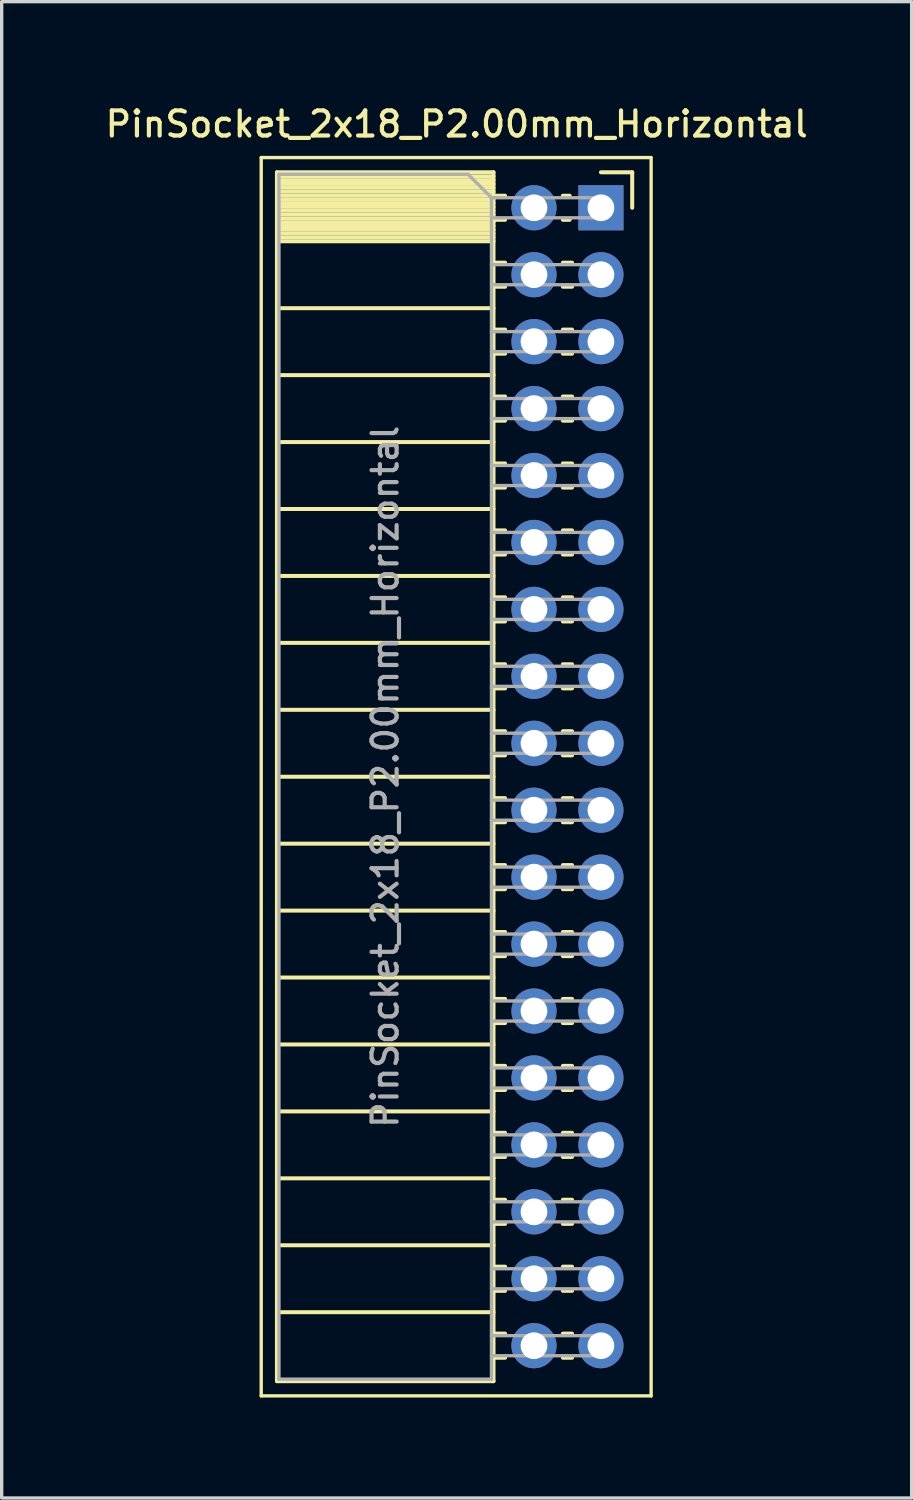
<source format=kicad_pcb>
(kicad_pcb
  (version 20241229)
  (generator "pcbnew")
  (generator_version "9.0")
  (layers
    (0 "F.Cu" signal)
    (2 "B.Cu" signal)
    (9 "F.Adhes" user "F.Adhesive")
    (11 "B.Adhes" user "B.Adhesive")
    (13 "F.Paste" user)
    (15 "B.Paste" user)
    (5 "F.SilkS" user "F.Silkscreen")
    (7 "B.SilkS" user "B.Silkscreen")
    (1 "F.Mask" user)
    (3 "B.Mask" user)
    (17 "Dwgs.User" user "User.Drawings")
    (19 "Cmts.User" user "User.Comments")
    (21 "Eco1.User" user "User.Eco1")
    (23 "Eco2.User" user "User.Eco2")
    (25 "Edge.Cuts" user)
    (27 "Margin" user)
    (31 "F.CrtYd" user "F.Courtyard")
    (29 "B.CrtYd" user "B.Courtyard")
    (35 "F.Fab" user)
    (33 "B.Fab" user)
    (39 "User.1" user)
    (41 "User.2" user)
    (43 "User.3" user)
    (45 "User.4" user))
  (footprint "PinSocket_2x18_P2.00mm_Horizontal"
    (layer "F.Cu")
    (at 14.905 3.158)
    (property "Reference" "PinSocket_2x18_P2.00mm_Horizontal" (at -4.31 -2.5 0) (layer "F.SilkS") (effects (font (size 0.75 0.75) (thickness 0.125))))
    (attr through_hole)
    (fp_line (start -10.15 -1.5) (end -10.15 35.5) (stroke (width 0.1) (type solid)) (layer "F.SilkS"))
    (fp_line (start -10.15 35.5) (end 1.5 35.5) (stroke (width 0.1) (type solid)) (layer "F.SilkS"))
    (fp_line (start -9.68 -1.06) (end -9.68 35.06) (stroke (width 0.12) (type solid)) (layer "F.SilkS"))
    (fp_line (start -9.68 -1.06) (end -3.21 -1.06) (stroke (width 0.12) (type solid)) (layer "F.SilkS"))
    (fp_line (start -9.68 -0.94) (end -3.21 -0.94) (stroke (width 0.12) (type solid)) (layer "F.SilkS"))
    (fp_line (start -9.68 -0.826) (end -3.21 -0.826) (stroke (width 0.12) (type solid)) (layer "F.SilkS"))
    (fp_line (start -9.68 -0.712) (end -3.21 -0.712) (stroke (width 0.12) (type solid)) (layer "F.SilkS"))
    (fp_line (start -9.68 -0.598) (end -3.21 -0.598) (stroke (width 0.12) (type solid)) (layer "F.SilkS"))
    (fp_line (start -9.68 -0.484) (end -3.21 -0.484) (stroke (width 0.12) (type solid)) (layer "F.SilkS"))
    (fp_line (start -9.68 -0.369) (end -3.21 -0.369) (stroke (width 0.12) (type solid)) (layer "F.SilkS"))
    (fp_line (start -9.68 -0.255) (end -3.21 -0.255) (stroke (width 0.12) (type solid)) (layer "F.SilkS"))
    (fp_line (start -9.68 -0.141) (end -3.21 -0.141) (stroke (width 0.12) (type solid)) (layer "F.SilkS"))
    (fp_line (start -9.68 -0.027) (end -3.21 -0.027) (stroke (width 0.12) (type solid)) (layer "F.SilkS"))
    (fp_line (start -9.68 0.087) (end -3.21 0.087) (stroke (width 0.12) (type solid)) (layer "F.SilkS"))
    (fp_line (start -9.68 0.201) (end -3.21 0.201) (stroke (width 0.12) (type solid)) (layer "F.SilkS"))
    (fp_line (start -9.68 0.315) (end -3.21 0.315) (stroke (width 0.12) (type solid)) (layer "F.SilkS"))
    (fp_line (start -9.68 0.429) (end -3.21 0.429) (stroke (width 0.12) (type solid)) (layer "F.SilkS"))
    (fp_line (start -9.68 0.544) (end -3.21 0.544) (stroke (width 0.12) (type solid)) (layer "F.SilkS"))
    (fp_line (start -9.68 0.658) (end -3.21 0.658) (stroke (width 0.12) (type solid)) (layer "F.SilkS"))
    (fp_line (start -9.68 0.772) (end -3.21 0.772) (stroke (width 0.12) (type solid)) (layer "F.SilkS"))
    (fp_line (start -9.68 0.886) (end -3.21 0.886) (stroke (width 0.12) (type solid)) (layer "F.SilkS"))
    (fp_line (start -9.68 1) (end -3.21 1) (stroke (width 0.12) (type solid)) (layer "F.SilkS"))
    (fp_line (start -9.68 3) (end -3.21 3) (stroke (width 0.12) (type solid)) (layer "F.SilkS"))
    (fp_line (start -9.68 5) (end -3.21 5) (stroke (width 0.12) (type solid)) (layer "F.SilkS"))
    (fp_line (start -9.68 7) (end -3.21 7) (stroke (width 0.12) (type solid)) (layer "F.SilkS"))
    (fp_line (start -9.68 9) (end -3.21 9) (stroke (width 0.12) (type solid)) (layer "F.SilkS"))
    (fp_line (start -9.68 11) (end -3.21 11) (stroke (width 0.12) (type solid)) (layer "F.SilkS"))
    (fp_line (start -9.68 13) (end -3.21 13) (stroke (width 0.12) (type solid)) (layer "F.SilkS"))
    (fp_line (start -9.68 15) (end -3.21 15) (stroke (width 0.12) (type solid)) (layer "F.SilkS"))
    (fp_line (start -9.68 17) (end -3.21 17) (stroke (width 0.12) (type solid)) (layer "F.SilkS"))
    (fp_line (start -9.68 19) (end -3.21 19) (stroke (width 0.12) (type solid)) (layer "F.SilkS"))
    (fp_line (start -9.68 21) (end -3.21 21) (stroke (width 0.12) (type solid)) (layer "F.SilkS"))
    (fp_line (start -9.68 23) (end -3.21 23) (stroke (width 0.12) (type solid)) (layer "F.SilkS"))
    (fp_line (start -9.68 25) (end -3.21 25) (stroke (width 0.12) (type solid)) (layer "F.SilkS"))
    (fp_line (start -9.68 27) (end -3.21 27) (stroke (width 0.12) (type solid)) (layer "F.SilkS"))
    (fp_line (start -9.68 29) (end -3.21 29) (stroke (width 0.12) (type solid)) (layer "F.SilkS"))
    (fp_line (start -9.68 31) (end -3.21 31) (stroke (width 0.12) (type solid)) (layer "F.SilkS"))
    (fp_line (start -9.68 33) (end -3.21 33) (stroke (width 0.12) (type solid)) (layer "F.SilkS"))
    (fp_line (start -9.68 35.06) (end -3.21 35.06) (stroke (width 0.12) (type solid)) (layer "F.SilkS"))
    (fp_line (start -3.21 -1.06) (end -3.21 35.06) (stroke (width 0.12) (type solid)) (layer "F.SilkS"))
    (fp_line (start -3.21 -0.36) (end -2.863 -0.36) (stroke (width 0.12) (type solid)) (layer "F.SilkS"))
    (fp_line (start -3.21 0.36) (end -2.863 0.36) (stroke (width 0.12) (type solid)) (layer "F.SilkS"))
    (fp_line (start -3.21 1.64) (end -2.863 1.64) (stroke (width 0.12) (type solid)) (layer "F.SilkS"))
    (fp_line (start -3.21 2.36) (end -2.863 2.36) (stroke (width 0.12) (type solid)) (layer "F.SilkS"))
    (fp_line (start -3.21 3.64) (end -2.863 3.64) (stroke (width 0.12) (type solid)) (layer "F.SilkS"))
    (fp_line (start -3.21 4.36) (end -2.863 4.36) (stroke (width 0.12) (type solid)) (layer "F.SilkS"))
    (fp_line (start -3.21 5.64) (end -2.863 5.64) (stroke (width 0.12) (type solid)) (layer "F.SilkS"))
    (fp_line (start -3.21 6.36) (end -2.863 6.36) (stroke (width 0.12) (type solid)) (layer "F.SilkS"))
    (fp_line (start -3.21 7.64) (end -2.863 7.64) (stroke (width 0.12) (type solid)) (layer "F.SilkS"))
    (fp_line (start -3.21 8.36) (end -2.863 8.36) (stroke (width 0.12) (type solid)) (layer "F.SilkS"))
    (fp_line (start -3.21 9.64) (end -2.863 9.64) (stroke (width 0.12) (type solid)) (layer "F.SilkS"))
    (fp_line (start -3.21 10.36) (end -2.863 10.36) (stroke (width 0.12) (type solid)) (layer "F.SilkS"))
    (fp_line (start -3.21 11.64) (end -2.863 11.64) (stroke (width 0.12) (type solid)) (layer "F.SilkS"))
    (fp_line (start -3.21 12.36) (end -2.863 12.36) (stroke (width 0.12) (type solid)) (layer "F.SilkS"))
    (fp_line (start -3.21 13.64) (end -2.863 13.64) (stroke (width 0.12) (type solid)) (layer "F.SilkS"))
    (fp_line (start -3.21 14.36) (end -2.863 14.36) (stroke (width 0.12) (type solid)) (layer "F.SilkS"))
    (fp_line (start -3.21 15.64) (end -2.863 15.64) (stroke (width 0.12) (type solid)) (layer "F.SilkS"))
    (fp_line (start -3.21 16.36) (end -2.863 16.36) (stroke (width 0.12) (type solid)) (layer "F.SilkS"))
    (fp_line (start -3.21 17.64) (end -2.863 17.64) (stroke (width 0.12) (type solid)) (layer "F.SilkS"))
    (fp_line (start -3.21 18.36) (end -2.863 18.36) (stroke (width 0.12) (type solid)) (layer "F.SilkS"))
    (fp_line (start -3.21 19.64) (end -2.863 19.64) (stroke (width 0.12) (type solid)) (layer "F.SilkS"))
    (fp_line (start -3.21 20.36) (end -2.863 20.36) (stroke (width 0.12) (type solid)) (layer "F.SilkS"))
    (fp_line (start -3.21 21.64) (end -2.863 21.64) (stroke (width 0.12) (type solid)) (layer "F.SilkS"))
    (fp_line (start -3.21 22.36) (end -2.863 22.36) (stroke (width 0.12) (type solid)) (layer "F.SilkS"))
    (fp_line (start -3.21 23.64) (end -2.863 23.64) (stroke (width 0.12) (type solid)) (layer "F.SilkS"))
    (fp_line (start -3.21 24.36) (end -2.863 24.36) (stroke (width 0.12) (type solid)) (layer "F.SilkS"))
    (fp_line (start -3.21 25.64) (end -2.863 25.64) (stroke (width 0.12) (type solid)) (layer "F.SilkS"))
    (fp_line (start -3.21 26.36) (end -2.863 26.36) (stroke (width 0.12) (type solid)) (layer "F.SilkS"))
    (fp_line (start -3.21 27.64) (end -2.863 27.64) (stroke (width 0.12) (type solid)) (layer "F.SilkS"))
    (fp_line (start -3.21 28.36) (end -2.863 28.36) (stroke (width 0.12) (type solid)) (layer "F.SilkS"))
    (fp_line (start -3.21 29.64) (end -2.863 29.64) (stroke (width 0.12) (type solid)) (layer "F.SilkS"))
    (fp_line (start -3.21 30.36) (end -2.863 30.36) (stroke (width 0.12) (type solid)) (layer "F.SilkS"))
    (fp_line (start -3.21 31.64) (end -2.863 31.64) (stroke (width 0.12) (type solid)) (layer "F.SilkS"))
    (fp_line (start -3.21 32.36) (end -2.863 32.36) (stroke (width 0.12) (type solid)) (layer "F.SilkS"))
    (fp_line (start -3.21 33.64) (end -2.863 33.64) (stroke (width 0.12) (type solid)) (layer "F.SilkS"))
    (fp_line (start -3.21 34.36) (end -2.863 34.36) (stroke (width 0.12) (type solid)) (layer "F.SilkS"))
    (fp_line (start -1.137 -0.36) (end -0.935 -0.36) (stroke (width 0.12) (type solid)) (layer "F.SilkS"))
    (fp_line (start -1.137 0.36) (end -0.935 0.36) (stroke (width 0.12) (type solid)) (layer "F.SilkS"))
    (fp_line (start -1.137 1.64) (end -0.863 1.64) (stroke (width 0.12) (type solid)) (layer "F.SilkS"))
    (fp_line (start -1.137 2.36) (end -0.863 2.36) (stroke (width 0.12) (type solid)) (layer "F.SilkS"))
    (fp_line (start -1.137 3.64) (end -0.863 3.64) (stroke (width 0.12) (type solid)) (layer "F.SilkS"))
    (fp_line (start -1.137 4.36) (end -0.863 4.36) (stroke (width 0.12) (type solid)) (layer "F.SilkS"))
    (fp_line (start -1.137 5.64) (end -0.863 5.64) (stroke (width 0.12) (type solid)) (layer "F.SilkS"))
    (fp_line (start -1.137 6.36) (end -0.863 6.36) (stroke (width 0.12) (type solid)) (layer "F.SilkS"))
    (fp_line (start -1.137 7.64) (end -0.863 7.64) (stroke (width 0.12) (type solid)) (layer "F.SilkS"))
    (fp_line (start -1.137 8.36) (end -0.863 8.36) (stroke (width 0.12) (type solid)) (layer "F.SilkS"))
    (fp_line (start -1.137 9.64) (end -0.863 9.64) (stroke (width 0.12) (type solid)) (layer "F.SilkS"))
    (fp_line (start -1.137 10.36) (end -0.863 10.36) (stroke (width 0.12) (type solid)) (layer "F.SilkS"))
    (fp_line (start -1.137 11.64) (end -0.863 11.64) (stroke (width 0.12) (type solid)) (layer "F.SilkS"))
    (fp_line (start -1.137 12.36) (end -0.863 12.36) (stroke (width 0.12) (type solid)) (layer "F.SilkS"))
    (fp_line (start -1.137 13.64) (end -0.863 13.64) (stroke (width 0.12) (type solid)) (layer "F.SilkS"))
    (fp_line (start -1.137 14.36) (end -0.863 14.36) (stroke (width 0.12) (type solid)) (layer "F.SilkS"))
    (fp_line (start -1.137 15.64) (end -0.863 15.64) (stroke (width 0.12) (type solid)) (layer "F.SilkS"))
    (fp_line (start -1.137 16.36) (end -0.863 16.36) (stroke (width 0.12) (type solid)) (layer "F.SilkS"))
    (fp_line (start -1.137 17.64) (end -0.863 17.64) (stroke (width 0.12) (type solid)) (layer "F.SilkS"))
    (fp_line (start -1.137 18.36) (end -0.863 18.36) (stroke (width 0.12) (type solid)) (layer "F.SilkS"))
    (fp_line (start -1.137 19.64) (end -0.863 19.64) (stroke (width 0.12) (type solid)) (layer "F.SilkS"))
    (fp_line (start -1.137 20.36) (end -0.863 20.36) (stroke (width 0.12) (type solid)) (layer "F.SilkS"))
    (fp_line (start -1.137 21.64) (end -0.863 21.64) (stroke (width 0.12) (type solid)) (layer "F.SilkS"))
    (fp_line (start -1.137 22.36) (end -0.863 22.36) (stroke (width 0.12) (type solid)) (layer "F.SilkS"))
    (fp_line (start -1.137 23.64) (end -0.863 23.64) (stroke (width 0.12) (type solid)) (layer "F.SilkS"))
    (fp_line (start -1.137 24.36) (end -0.863 24.36) (stroke (width 0.12) (type solid)) (layer "F.SilkS"))
    (fp_line (start -1.137 25.64) (end -0.863 25.64) (stroke (width 0.12) (type solid)) (layer "F.SilkS"))
    (fp_line (start -1.137 26.36) (end -0.863 26.36) (stroke (width 0.12) (type solid)) (layer "F.SilkS"))
    (fp_line (start -1.137 27.64) (end -0.863 27.64) (stroke (width 0.12) (type solid)) (layer "F.SilkS"))
    (fp_line (start -1.137 28.36) (end -0.863 28.36) (stroke (width 0.12) (type solid)) (layer "F.SilkS"))
    (fp_line (start -1.137 29.64) (end -0.863 29.64) (stroke (width 0.12) (type solid)) (layer "F.SilkS"))
    (fp_line (start -1.137 30.36) (end -0.863 30.36) (stroke (width 0.12) (type solid)) (layer "F.SilkS"))
    (fp_line (start -1.137 31.64) (end -0.863 31.64) (stroke (width 0.12) (type solid)) (layer "F.SilkS"))
    (fp_line (start -1.137 32.36) (end -0.863 32.36) (stroke (width 0.12) (type solid)) (layer "F.SilkS"))
    (fp_line (start -1.137 33.64) (end -0.863 33.64) (stroke (width 0.12) (type solid)) (layer "F.SilkS"))
    (fp_line (start -1.137 34.36) (end -0.863 34.36) (stroke (width 0.12) (type solid)) (layer "F.SilkS"))
    (fp_line (start 0 -1.06) (end 0.935 -1.06) (stroke (width 0.12) (type solid)) (layer "F.SilkS"))
    (fp_line (start 0.935 -1.06) (end 0.935 0) (stroke (width 0.12) (type solid)) (layer "F.SilkS"))
    (fp_line (start 1.5 -1.5) (end -10.15 -1.5) (stroke (width 0.1) (type solid)) (layer "F.SilkS"))
    (fp_line (start 1.5 35.5) (end 1.5 -1.5) (stroke (width 0.1) (type solid)) (layer "F.SilkS"))
    (fp_line (start -9.62 -1) (end -3.97 -1) (stroke (width 0.1) (type solid)) (layer "F.Fab"))
    (fp_line (start -9.62 35) (end -9.62 -1) (stroke (width 0.1) (type solid)) (layer "F.Fab"))
    (fp_line (start -3.97 -1) (end -3.27 -0.3) (stroke (width 0.1) (type solid)) (layer "F.Fab"))
    (fp_line (start -3.27 -0.3) (end -3.27 35) (stroke (width 0.1) (type solid)) (layer "F.Fab"))
    (fp_line (start -3.27 0.3) (end 0 0.3) (stroke (width 0.1) (type solid)) (layer "F.Fab"))
    (fp_line (start -3.27 2.3) (end 0 2.3) (stroke (width 0.1) (type solid)) (layer "F.Fab"))
    (fp_line (start -3.27 4.3) (end 0 4.3) (stroke (width 0.1) (type solid)) (layer "F.Fab"))
    (fp_line (start -3.27 6.3) (end 0 6.3) (stroke (width 0.1) (type solid)) (layer "F.Fab"))
    (fp_line (start -3.27 8.3) (end 0 8.3) (stroke (width 0.1) (type solid)) (layer "F.Fab"))
    (fp_line (start -3.27 10.3) (end 0 10.3) (stroke (width 0.1) (type solid)) (layer "F.Fab"))
    (fp_line (start -3.27 12.3) (end 0 12.3) (stroke (width 0.1) (type solid)) (layer "F.Fab"))
    (fp_line (start -3.27 14.3) (end 0 14.3) (stroke (width 0.1) (type solid)) (layer "F.Fab"))
    (fp_line (start -3.27 16.3) (end 0 16.3) (stroke (width 0.1) (type solid)) (layer "F.Fab"))
    (fp_line (start -3.27 18.3) (end 0 18.3) (stroke (width 0.1) (type solid)) (layer "F.Fab"))
    (fp_line (start -3.27 20.3) (end 0 20.3) (stroke (width 0.1) (type solid)) (layer "F.Fab"))
    (fp_line (start -3.27 22.3) (end 0 22.3) (stroke (width 0.1) (type solid)) (layer "F.Fab"))
    (fp_line (start -3.27 24.3) (end 0 24.3) (stroke (width 0.1) (type solid)) (layer "F.Fab"))
    (fp_line (start -3.27 26.3) (end 0 26.3) (stroke (width 0.1) (type solid)) (layer "F.Fab"))
    (fp_line (start -3.27 28.3) (end 0 28.3) (stroke (width 0.1) (type solid)) (layer "F.Fab"))
    (fp_line (start -3.27 30.3) (end 0 30.3) (stroke (width 0.1) (type solid)) (layer "F.Fab"))
    (fp_line (start -3.27 32.3) (end 0 32.3) (stroke (width 0.1) (type solid)) (layer "F.Fab"))
    (fp_line (start -3.27 34.3) (end 0 34.3) (stroke (width 0.1) (type solid)) (layer "F.Fab"))
    (fp_line (start -3.27 35) (end -9.62 35) (stroke (width 0.1) (type solid)) (layer "F.Fab"))
    (fp_line (start 0 -0.3) (end -3.27 -0.3) (stroke (width 0.1) (type solid)) (layer "F.Fab"))
    (fp_line (start 0 0.3) (end 0 -0.3) (stroke (width 0.1) (type solid)) (layer "F.Fab"))
    (fp_line (start 0 1.7) (end -3.27 1.7) (stroke (width 0.1) (type solid)) (layer "F.Fab"))
    (fp_line (start 0 2.3) (end 0 1.7) (stroke (width 0.1) (type solid)) (layer "F.Fab"))
    (fp_line (start 0 3.7) (end -3.27 3.7) (stroke (width 0.1) (type solid)) (layer "F.Fab"))
    (fp_line (start 0 4.3) (end 0 3.7) (stroke (width 0.1) (type solid)) (layer "F.Fab"))
    (fp_line (start 0 5.7) (end -3.27 5.7) (stroke (width 0.1) (type solid)) (layer "F.Fab"))
    (fp_line (start 0 6.3) (end 0 5.7) (stroke (width 0.1) (type solid)) (layer "F.Fab"))
    (fp_line (start 0 7.7) (end -3.27 7.7) (stroke (width 0.1) (type solid)) (layer "F.Fab"))
    (fp_line (start 0 8.3) (end 0 7.7) (stroke (width 0.1) (type solid)) (layer "F.Fab"))
    (fp_line (start 0 9.7) (end -3.27 9.7) (stroke (width 0.1) (type solid)) (layer "F.Fab"))
    (fp_line (start 0 10.3) (end 0 9.7) (stroke (width 0.1) (type solid)) (layer "F.Fab"))
    (fp_line (start 0 11.7) (end -3.27 11.7) (stroke (width 0.1) (type solid)) (layer "F.Fab"))
    (fp_line (start 0 12.3) (end 0 11.7) (stroke (width 0.1) (type solid)) (layer "F.Fab"))
    (fp_line (start 0 13.7) (end -3.27 13.7) (stroke (width 0.1) (type solid)) (layer "F.Fab"))
    (fp_line (start 0 14.3) (end 0 13.7) (stroke (width 0.1) (type solid)) (layer "F.Fab"))
    (fp_line (start 0 15.7) (end -3.27 15.7) (stroke (width 0.1) (type solid)) (layer "F.Fab"))
    (fp_line (start 0 16.3) (end 0 15.7) (stroke (width 0.1) (type solid)) (layer "F.Fab"))
    (fp_line (start 0 17.7) (end -3.27 17.7) (stroke (width 0.1) (type solid)) (layer "F.Fab"))
    (fp_line (start 0 18.3) (end 0 17.7) (stroke (width 0.1) (type solid)) (layer "F.Fab"))
    (fp_line (start 0 19.7) (end -3.27 19.7) (stroke (width 0.1) (type solid)) (layer "F.Fab"))
    (fp_line (start 0 20.3) (end 0 19.7) (stroke (width 0.1) (type solid)) (layer "F.Fab"))
    (fp_line (start 0 21.7) (end -3.27 21.7) (stroke (width 0.1) (type solid)) (layer "F.Fab"))
    (fp_line (start 0 22.3) (end 0 21.7) (stroke (width 0.1) (type solid)) (layer "F.Fab"))
    (fp_line (start 0 23.7) (end -3.27 23.7) (stroke (width 0.1) (type solid)) (layer "F.Fab"))
    (fp_line (start 0 24.3) (end 0 23.7) (stroke (width 0.1) (type solid)) (layer "F.Fab"))
    (fp_line (start 0 25.7) (end -3.27 25.7) (stroke (width 0.1) (type solid)) (layer "F.Fab"))
    (fp_line (start 0 26.3) (end 0 25.7) (stroke (width 0.1) (type solid)) (layer "F.Fab"))
    (fp_line (start 0 27.7) (end -3.27 27.7) (stroke (width 0.1) (type solid)) (layer "F.Fab"))
    (fp_line (start 0 28.3) (end 0 27.7) (stroke (width 0.1) (type solid)) (layer "F.Fab"))
    (fp_line (start 0 29.7) (end -3.27 29.7) (stroke (width 0.1) (type solid)) (layer "F.Fab"))
    (fp_line (start 0 30.3) (end 0 29.7) (stroke (width 0.1) (type solid)) (layer "F.Fab"))
    (fp_line (start 0 31.7) (end -3.27 31.7) (stroke (width 0.1) (type solid)) (layer "F.Fab"))
    (fp_line (start 0 32.3) (end 0 31.7) (stroke (width 0.1) (type solid)) (layer "F.Fab"))
    (fp_line (start 0 33.7) (end -3.27 33.7) (stroke (width 0.1) (type solid)) (layer "F.Fab"))
    (fp_line (start 0 34.3) (end 0 33.7) (stroke (width 0.1) (type solid)) (layer "F.Fab"))
    (fp_text user "${REFERENCE}" (at -6.445 17 90) (layer "F.Fab") (effects (font (size 0.75 0.75) (thickness 0.125))))
    (pad "1" thru_hole rect (at 0 0) (size 1.35 1.35) (drill 0.8) (layers "*.Cu" "*.Mask"))
    (pad "2" thru_hole oval (at -2 0) (size 1.35 1.35) (drill 0.8) (layers "*.Cu" "*.Mask"))
    (pad "3" thru_hole oval (at 0 2) (size 1.35 1.35) (drill 0.8) (layers "*.Cu" "*.Mask"))
    (pad "4" thru_hole oval (at -2 2) (size 1.35 1.35) (drill 0.8) (layers "*.Cu" "*.Mask"))
    (pad "5" thru_hole oval (at 0 4) (size 1.35 1.35) (drill 0.8) (layers "*.Cu" "*.Mask"))
    (pad "6" thru_hole oval (at -2 4) (size 1.35 1.35) (drill 0.8) (layers "*.Cu" "*.Mask"))
    (pad "7" thru_hole oval (at 0 6) (size 1.35 1.35) (drill 0.8) (layers "*.Cu" "*.Mask"))
    (pad "8" thru_hole oval (at -2 6) (size 1.35 1.35) (drill 0.8) (layers "*.Cu" "*.Mask"))
    (pad "9" thru_hole oval (at 0 8) (size 1.35 1.35) (drill 0.8) (layers "*.Cu" "*.Mask"))
    (pad "10" thru_hole oval (at -2 8) (size 1.35 1.35) (drill 0.8) (layers "*.Cu" "*.Mask"))
    (pad "11" thru_hole oval (at 0 10) (size 1.35 1.35) (drill 0.8) (layers "*.Cu" "*.Mask"))
    (pad "12" thru_hole oval (at -2 10) (size 1.35 1.35) (drill 0.8) (layers "*.Cu" "*.Mask"))
    (pad "13" thru_hole oval (at 0 12) (size 1.35 1.35) (drill 0.8) (layers "*.Cu" "*.Mask"))
    (pad "14" thru_hole oval (at -2 12) (size 1.35 1.35) (drill 0.8) (layers "*.Cu" "*.Mask"))
    (pad "15" thru_hole oval (at 0 14) (size 1.35 1.35) (drill 0.8) (layers "*.Cu" "*.Mask"))
    (pad "16" thru_hole oval (at -2 14) (size 1.35 1.35) (drill 0.8) (layers "*.Cu" "*.Mask"))
    (pad "17" thru_hole oval (at 0 16) (size 1.35 1.35) (drill 0.8) (layers "*.Cu" "*.Mask"))
    (pad "18" thru_hole oval (at -2 16) (size 1.35 1.35) (drill 0.8) (layers "*.Cu" "*.Mask"))
    (pad "19" thru_hole oval (at 0 18) (size 1.35 1.35) (drill 0.8) (layers "*.Cu" "*.Mask"))
    (pad "20" thru_hole oval (at -2 18) (size 1.35 1.35) (drill 0.8) (layers "*.Cu" "*.Mask"))
    (pad "21" thru_hole oval (at 0 20) (size 1.35 1.35) (drill 0.8) (layers "*.Cu" "*.Mask"))
    (pad "22" thru_hole oval (at -2 20) (size 1.35 1.35) (drill 0.8) (layers "*.Cu" "*.Mask"))
    (pad "23" thru_hole oval (at 0 22) (size 1.35 1.35) (drill 0.8) (layers "*.Cu" "*.Mask"))
    (pad "24" thru_hole oval (at -2 22) (size 1.35 1.35) (drill 0.8) (layers "*.Cu" "*.Mask"))
    (pad "25" thru_hole oval (at 0 24) (size 1.35 1.35) (drill 0.8) (layers "*.Cu" "*.Mask"))
    (pad "26" thru_hole oval (at -2 24) (size 1.35 1.35) (drill 0.8) (layers "*.Cu" "*.Mask"))
    (pad "27" thru_hole oval (at 0 26) (size 1.35 1.35) (drill 0.8) (layers "*.Cu" "*.Mask"))
    (pad "28" thru_hole oval (at -2 26) (size 1.35 1.35) (drill 0.8) (layers "*.Cu" "*.Mask"))
    (pad "29" thru_hole oval (at 0 28) (size 1.35 1.35) (drill 0.8) (layers "*.Cu" "*.Mask"))
    (pad "30" thru_hole oval (at -2 28) (size 1.35 1.35) (drill 0.8) (layers "*.Cu" "*.Mask"))
    (pad "31" thru_hole oval (at 0 30) (size 1.35 1.35) (drill 0.8) (layers "*.Cu" "*.Mask"))
    (pad "32" thru_hole oval (at -2 30) (size 1.35 1.35) (drill 0.8) (layers "*.Cu" "*.Mask"))
    (pad "33" thru_hole oval (at 0 32) (size 1.35 1.35) (drill 0.8) (layers "*.Cu" "*.Mask"))
    (pad "34" thru_hole oval (at -2 32) (size 1.35 1.35) (drill 0.8) (layers "*.Cu" "*.Mask"))
    (pad "35" thru_hole oval (at 0 34) (size 1.35 1.35) (drill 0.8) (layers "*.Cu" "*.Mask"))
    (pad "36" thru_hole oval (at -2 34) (size 1.35 1.35) (drill 0.8) (layers "*.Cu" "*.Mask")))
  (gr_rect
    (start -3 -3)
    (end 24.189 41.708)
    (stroke (width 0.1) (type default))
    (fill no)
    (layer "Edge.Cuts")))
</source>
